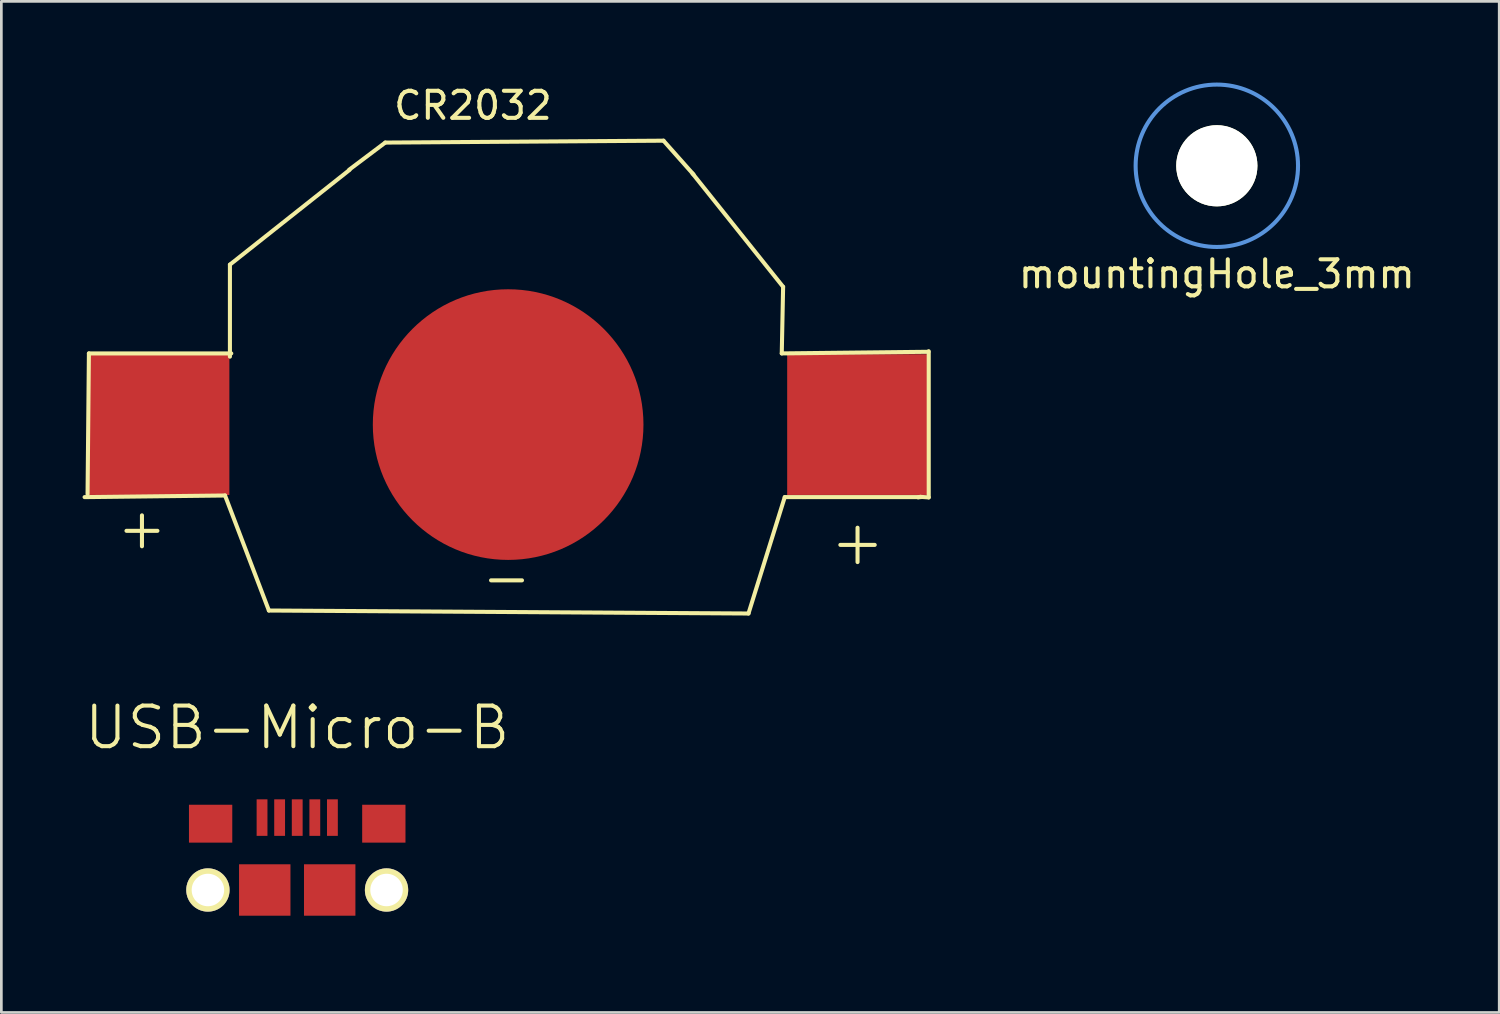
<source format=kicad_pcb>
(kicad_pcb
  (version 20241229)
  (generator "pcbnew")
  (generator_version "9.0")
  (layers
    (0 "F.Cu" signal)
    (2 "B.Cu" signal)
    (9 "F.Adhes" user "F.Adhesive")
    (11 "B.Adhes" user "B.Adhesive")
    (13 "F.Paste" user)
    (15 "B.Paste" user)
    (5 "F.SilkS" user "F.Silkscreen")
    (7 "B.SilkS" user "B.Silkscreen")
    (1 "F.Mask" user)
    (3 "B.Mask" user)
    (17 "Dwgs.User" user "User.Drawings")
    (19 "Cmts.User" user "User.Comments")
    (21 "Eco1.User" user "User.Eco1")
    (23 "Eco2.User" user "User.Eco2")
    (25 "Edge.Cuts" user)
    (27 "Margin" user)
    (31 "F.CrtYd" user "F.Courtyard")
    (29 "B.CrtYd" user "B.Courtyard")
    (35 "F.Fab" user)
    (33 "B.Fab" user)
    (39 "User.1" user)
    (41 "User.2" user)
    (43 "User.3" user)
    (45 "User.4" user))
  (footprint "CR2032"
    (layer "F.Cu")
    (at 31.225 12.638)
    (property "Reference" "CR2032" (at -16.8 -11.79 0) (layer "F.SilkS") (effects (font (size 1 1) (thickness 0.15))))
    (attr through_hole)
    (fp_line (start -31.15 2.68) (end -25.96 2.62) (stroke (width 0.15) (type solid)) (layer "F.SilkS"))
    (fp_line (start -31.04 2.57) (end -30.99 -2.63) (stroke (width 0.15) (type solid)) (layer "F.SilkS"))
    (fp_line (start -30.99 -2.63) (end -25.73 -2.63) (stroke (width 0.15) (type solid)) (layer "F.SilkS"))
    (fp_line (start -25.96 2.62) (end -24.34 6.87) (stroke (width 0.15) (type solid)) (layer "F.SilkS"))
    (fp_line (start -25.78 -5.91) (end -21.36 -9.41) (stroke (width 0.15) (type solid)) (layer "F.SilkS"))
    (fp_line (start -25.78 -2.51) (end -25.78 -5.91) (stroke (width 0.15) (type solid)) (layer "F.SilkS"))
    (fp_line (start -24.34 6.87) (end -6.62 6.98) (stroke (width 0.15) (type solid)) (layer "F.SilkS"))
    (fp_line (start -21.37 -9.42) (end -20.04 -10.42) (stroke (width 0.15) (type solid)) (layer "F.SilkS"))
    (fp_line (start -20.04 -10.42) (end -9.76 -10.49) (stroke (width 0.15) (type solid)) (layer "F.SilkS"))
    (fp_line (start -9.76 -10.49) (end -8.65 -9.24) (stroke (width 0.15) (type solid)) (layer "F.SilkS"))
    (fp_line (start -6.62 6.98) (end -5.28 2.68) (stroke (width 0.15) (type solid)) (layer "F.SilkS"))
    (fp_line (start -5.39 -2.63) (end -5.34 -5.09) (stroke (width 0.15) (type solid)) (layer "F.SilkS"))
    (fp_line (start -5.34 -5.09) (end -8.69 -9.28) (stroke (width 0.15) (type solid)) (layer "F.SilkS"))
    (fp_line (start -5.28 2.68) (end -0.25 2.68) (stroke (width 0.15) (type solid)) (layer "F.SilkS"))
    (fp_line (start -3.225 4.445) (end -1.955 4.445) (stroke (width 0.15) (type solid)) (layer "F.SilkS"))
    (fp_line (start -2.59 3.81) (end -2.59 5.08) (stroke (width 0.15) (type solid)) (layer "F.SilkS"))
    (fp_line (start -0.27 2.67) (end -0.35 2.69) (stroke (width 0.15) (type solid)) (layer "F.SilkS"))
    (fp_line (start 0.03 -2.69) (end -5.39 -2.63) (stroke (width 0.15) (type solid)) (layer "F.SilkS"))
    (fp_line (start 0.04 -2.71) (end 0.04 2.69) (stroke (width 0.15) (type solid)) (layer "F.SilkS"))
    (fp_line (start 0.04 2.69) (end -0.27 2.67) (stroke (width 0.15) (type solid)) (layer "F.SilkS"))
    (fp_text user "+" (at -29.03 3.81 0) (layer "F.SilkS") (effects (font (size 1.5 1.5) (thickness 0.15))))
    (fp_text user "-" (at -15.56 5.64 0) (layer "F.SilkS") (effects (font (size 1.5 1.5) (thickness 0.15))))
    (pad "1" smd rect (at -28.4 0) (size 5.2 5.2) (layers "F.Cu" "F.Mask" "F.Paste"))
    (pad "1" smd rect (at -2.59 0) (size 5.2 5.2) (layers "F.Cu" "F.Mask" "F.Paste"))
    (pad "2" smd circle (at -15.5 0) (size 10 10) (layers "F.Cu" "F.Mask" "F.Paste")))
  (footprint "mountingHole_3mm"
    (layer "F.Cu")
    (at 41.91 3.075)
    (property "Reference" "mountingHole_3mm" (at 0 4 0) (layer "F.SilkS") (effects (font (size 1 1) (thickness 0.15))))
    (attr through_hole)
    (fp_circle (center 0 0) (end 3 0) (stroke (width 0.15) (type solid)) (fill no) (layer "Cmts.User"))
    (pad "" np_thru_hole circle (at 0 0) (size 3 3) (drill 3) (layers "*.Cu" "*.Mask" "F.SilkS")))
  (footprint "USB-Micro-B"
    (layer "F.Cu")
    (at 7.932 29.834)
    (property "Reference" "USB-Micro-B" (at 0 -6 0) (layer "F.SilkS") (effects (font (size 1.5 1.5) (thickness 0.15))))
    (attr through_hole)
    (fp_line (start -5 -5) (end 5 -5) (stroke (width 0.15) (type solid)) (layer "Eco1.User"))
    (fp_line (start -5 1.45) (end -5 -5) (stroke (width 0.15) (type solid)) (layer "Eco1.User"))
    (fp_line (start -5 1.45) (end 5 1.45) (stroke (width 0.15) (type solid)) (layer "Eco1.User"))
    (fp_line (start 5 1.45) (end 5 -5) (stroke (width 0.15) (type solid)) (layer "Eco1.User"))
    (pad "" np_thru_hole circle (at -3.3 0) (size 1.6 1.6) (drill 1.2) (layers "*.Cu" "*.Mask" "F.SilkS"))
    (pad "" np_thru_hole circle (at 3.3 0) (size 1.6 1.6) (drill 1.2) (layers "*.Cu" "*.Mask" "F.SilkS"))
    (pad "1" smd rect (at -1.3 -2.675) (size 0.4 1.35) (layers "F.Cu" "F.Mask" "F.Paste"))
    (pad "2" smd rect (at -0.65 -2.675) (size 0.4 1.35) (layers "F.Cu" "F.Mask" "F.Paste"))
    (pad "3" smd rect (at 0 -2.675) (size 0.4 1.35) (layers "F.Cu" "F.Mask" "F.Paste"))
    (pad "4" smd rect (at 0.65 -2.675) (size 0.4 1.35) (layers "F.Cu" "F.Mask" "F.Paste"))
    (pad "5" smd rect (at 1.3 -2.675) (size 0.4 1.35) (layers "F.Cu" "F.Mask" "F.Paste"))
    (pad "6" smd rect (at -3.2 -2.45) (size 1.6 1.4) (layers "F.Cu" "F.Mask" "F.Paste"))
    (pad "7" smd rect (at 3.2 -2.45) (size 1.6 1.4) (layers "F.Cu" "F.Mask" "F.Paste"))
    (pad "8" smd rect (at -1.2 0) (size 1.9 1.9) (layers "F.Cu" "F.Mask" "F.Paste"))
    (pad "9" smd rect (at 1.2 0) (size 1.9 1.9) (layers "F.Cu" "F.Mask" "F.Paste")))
  (gr_rect
    (start -3 -3)
    (end 52.344 34.359)
    (stroke (width 0.1) (type default))
    (fill no)
    (layer "Edge.Cuts")))
</source>
